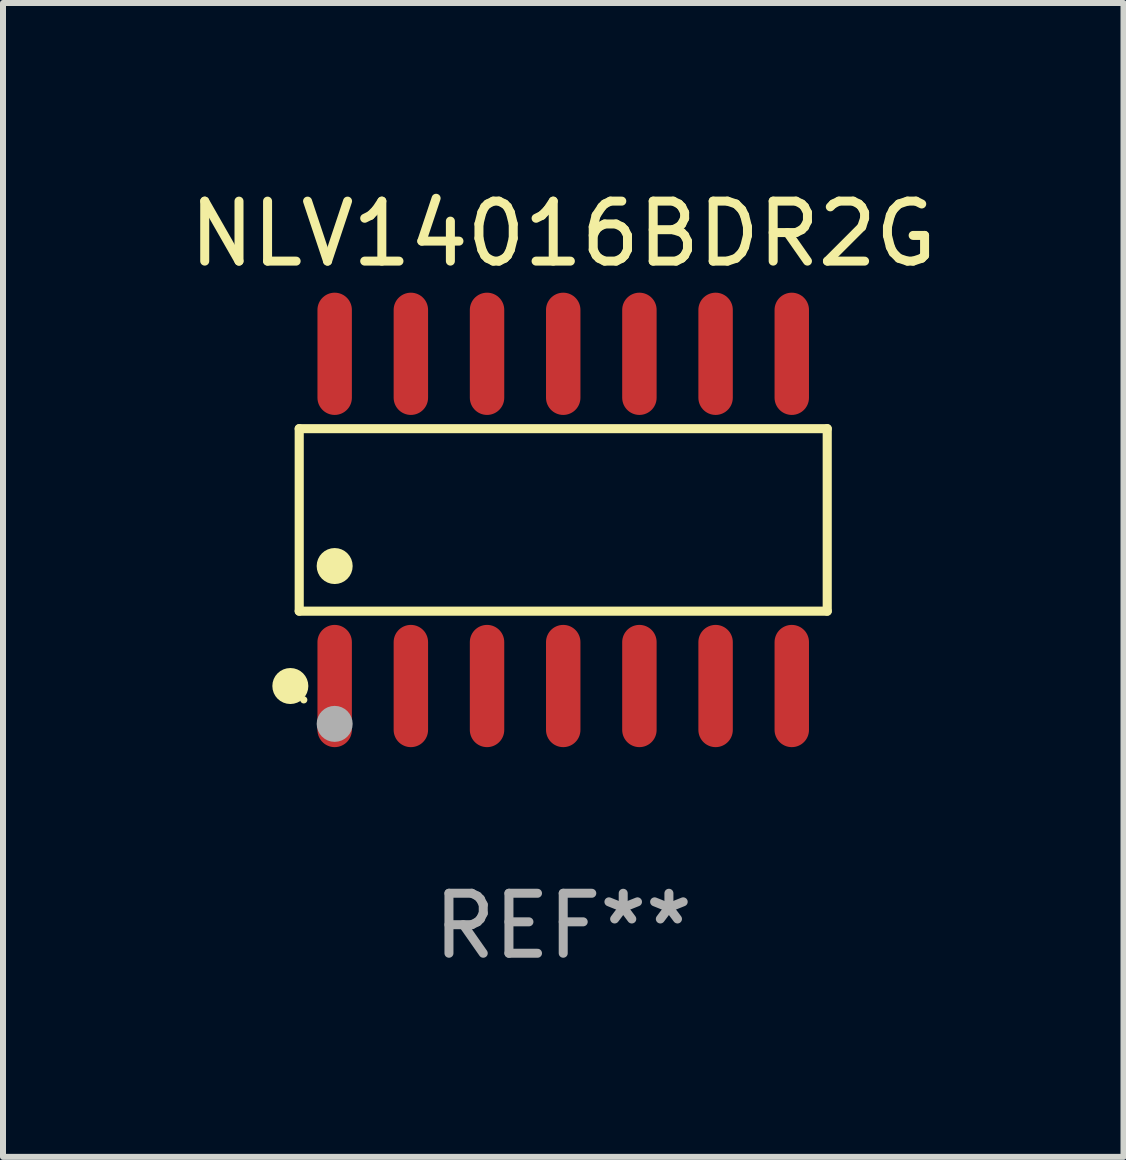
<source format=kicad_pcb>
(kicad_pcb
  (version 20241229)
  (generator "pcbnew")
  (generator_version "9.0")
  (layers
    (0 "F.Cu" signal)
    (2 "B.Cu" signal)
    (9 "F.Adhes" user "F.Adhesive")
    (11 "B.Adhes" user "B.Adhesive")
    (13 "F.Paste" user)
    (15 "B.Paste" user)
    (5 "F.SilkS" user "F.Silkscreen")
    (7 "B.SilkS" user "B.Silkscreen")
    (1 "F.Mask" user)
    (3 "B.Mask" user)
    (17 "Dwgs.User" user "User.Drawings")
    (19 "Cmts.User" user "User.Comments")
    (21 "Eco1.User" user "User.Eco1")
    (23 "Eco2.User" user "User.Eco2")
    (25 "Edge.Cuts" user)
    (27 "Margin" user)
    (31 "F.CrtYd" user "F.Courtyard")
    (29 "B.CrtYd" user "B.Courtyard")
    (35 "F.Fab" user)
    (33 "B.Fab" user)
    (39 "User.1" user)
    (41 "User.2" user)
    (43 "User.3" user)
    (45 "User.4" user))
  (footprint "NLV14016BDR2G"
    (layer "F.Cu")
    (at 6.339 5.617)
    (property "Reference" "NLV14016BDR2G" (at 0 -4.769 0) (layer "F.SilkS") (effects (font (size 1 1) (thickness 0.15))))
    (attr through_hole)
    (fp_line (start -4.401 -1.521) (end 4.401 -1.521) (stroke (width 0.152) (type solid)) (layer "F.SilkS"))
    (fp_line (start -4.401 1.521) (end -4.401 -1.521) (stroke (width 0.152) (type solid)) (layer "F.SilkS"))
    (fp_line (start 4.401 -1.521) (end 4.401 1.521) (stroke (width 0.152) (type solid)) (layer "F.SilkS"))
    (fp_line (start 4.401 1.521) (end -4.401 1.521) (stroke (width 0.152) (type solid)) (layer "F.SilkS"))
    (fp_circle (center -4.549 2.769) (end -4.399 2.769) (stroke (width 0.3) (type solid)) (fill no) (layer "F.SilkS"))
    (fp_circle (center -4.325 3) (end -4.295 3) (stroke (width 0.06) (type solid)) (fill no) (layer "F.SilkS"))
    (fp_circle (center -3.81 0.769) (end -3.66 0.769) (stroke (width 0.3) (type solid)) (fill no) (layer "F.SilkS"))
    (fp_circle (center -3.81 3.4) (end -3.66 3.4) (stroke (width 0.3) (type solid)) (fill no) (layer "F.Fab"))
    (fp_text user "REF**" (at 0 6.769 0) (layer "F.Fab") (effects (font (size 1 1) (thickness 0.15))))
    (pad "1" smd oval (at -3.81 2.769) (size 0.574 2.038) (layers "F.Cu" "F.Mask" "F.Paste"))
    (pad "2" smd oval (at -2.54 2.769) (size 0.574 2.038) (layers "F.Cu" "F.Mask" "F.Paste"))
    (pad "3" smd oval (at -1.27 2.769) (size 0.574 2.038) (layers "F.Cu" "F.Mask" "F.Paste"))
    (pad "4" smd oval (at 0 2.769) (size 0.574 2.038) (layers "F.Cu" "F.Mask" "F.Paste"))
    (pad "5" smd oval (at 1.27 2.769) (size 0.574 2.038) (layers "F.Cu" "F.Mask" "F.Paste"))
    (pad "6" smd oval (at 2.54 2.769) (size 0.574 2.038) (layers "F.Cu" "F.Mask" "F.Paste"))
    (pad "7" smd oval (at 3.81 2.769) (size 0.574 2.038) (layers "F.Cu" "F.Mask" "F.Paste"))
    (pad "8" smd oval (at 3.81 -2.769) (size 0.574 2.038) (layers "F.Cu" "F.Mask" "F.Paste"))
    (pad "9" smd oval (at 2.54 -2.769) (size 0.574 2.038) (layers "F.Cu" "F.Mask" "F.Paste"))
    (pad "10" smd oval (at 1.27 -2.769) (size 0.574 2.038) (layers "F.Cu" "F.Mask" "F.Paste"))
    (pad "11" smd oval (at 0 -2.769) (size 0.574 2.038) (layers "F.Cu" "F.Mask" "F.Paste"))
    (pad "12" smd oval (at -1.27 -2.769) (size 0.574 2.038) (layers "F.Cu" "F.Mask" "F.Paste"))
    (pad "13" smd oval (at -2.54 -2.769) (size 0.574 2.038) (layers "F.Cu" "F.Mask" "F.Paste"))
    (pad "14" smd oval (at -3.81 -2.769) (size 0.574 2.038) (layers "F.Cu" "F.Mask" "F.Paste")))
  (gr_rect
    (start -3 -3)
    (end 15.679 16.235)
    (stroke (width 0.1) (type default))
    (fill no)
    (layer "Edge.Cuts")))
</source>
